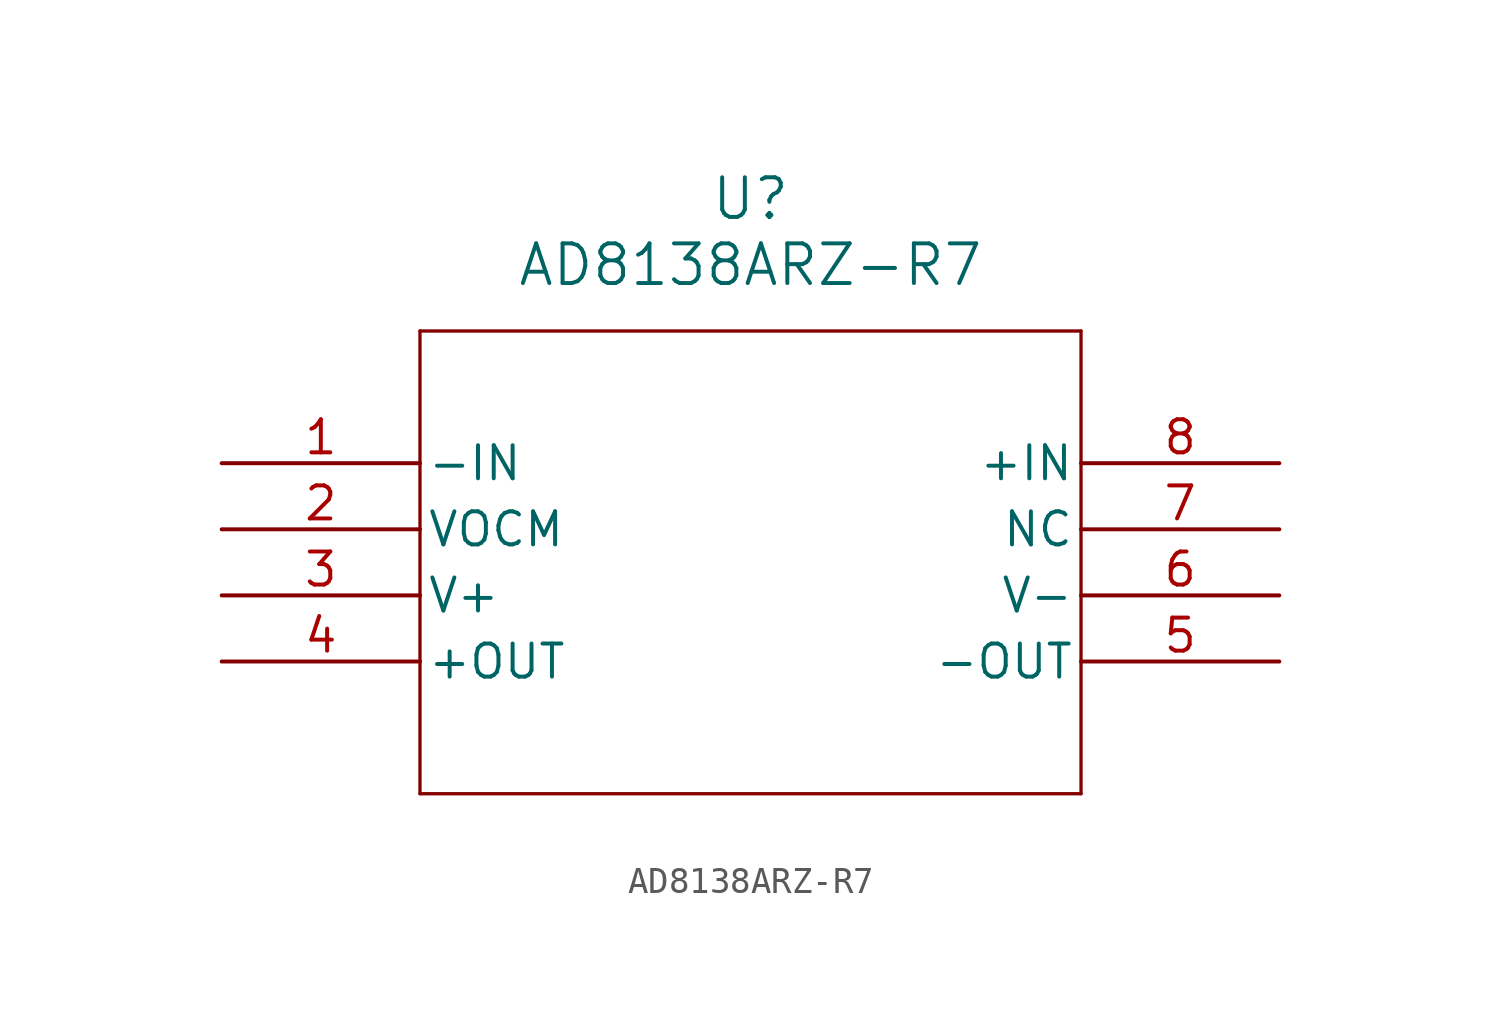
<source format=kicad_sym>
(kicad_symbol_lib
  (version 20211014)
  (generator kicad_symbol_editor)
  (symbol "AD8138ARZ-R7"
    (pin_names
      (offset 0.254))
    (property "Reference" "U"
      (at 20.32 10.16 0)
      (effects (font (size 1.524 1.524))))
    (property "Value" "AD8138ARZ-R7"
      (at 20.32 7.62 0)
      (effects (font (size 1.524 1.524))))
    (symbol "AD8138ARZ-R7_0_1"
      (polyline (pts (xy 7.62 5.08) (xy 7.62 -12.7)) (stroke (width 0.127) (type default) (color 0 0 0 0)) (fill (type none)))
      (polyline (pts (xy 7.62 -12.7) (xy 33.02 -12.7)) (stroke (width 0.127) (type default) (color 0 0 0 0)) (fill (type none)))
      (polyline (pts (xy 33.02 -12.7) (xy 33.02 5.08)) (stroke (width 0.127) (type default) (color 0 0 0 0)) (fill (type none)))
      (polyline (pts (xy 33.02 5.08) (xy 7.62 5.08)) (stroke (width 0.127) (type default) (color 0 0 0 0)) (fill (type none)))
      (pin unspecified line (at 0 0 0) (length 7.62) (name "-IN" (effects (font (size 1.27 1.27)))) (number "1" (effects (font (size 1.27 1.27)))))
      (pin unspecified line (at 0 -2.54 0) (length 7.62) (name "VOCM" (effects (font (size 1.27 1.27)))) (number "2" (effects (font (size 1.27 1.27)))))
      (pin power_in line (at 0 -5.08 0) (length 7.62) (name "V+" (effects (font (size 1.27 1.27)))) (number "3" (effects (font (size 1.27 1.27)))))
      (pin unspecified line (at 0 -7.62 0) (length 7.62) (name "+OUT" (effects (font (size 1.27 1.27)))) (number "4" (effects (font (size 1.27 1.27)))))
      (pin unspecified line (at 40.64 -7.62 180) (length 7.62) (name "-OUT" (effects (font (size 1.27 1.27)))) (number "5" (effects (font (size 1.27 1.27)))))
      (pin power_in line (at 40.64 -5.08 180) (length 7.62) (name "V-" (effects (font (size 1.27 1.27)))) (number "6" (effects (font (size 1.27 1.27)))))
      (pin unspecified line (at 40.64 -2.54 180) (length 7.62) (name "NC" (effects (font (size 1.27 1.27)))) (number "7" (effects (font (size 1.27 1.27)))))
      (pin unspecified line (at 40.64 0 180) (length 7.62) (name "+IN" (effects (font (size 1.27 1.27)))) (number "8" (effects (font (size 1.27 1.27))))))))
</source>
